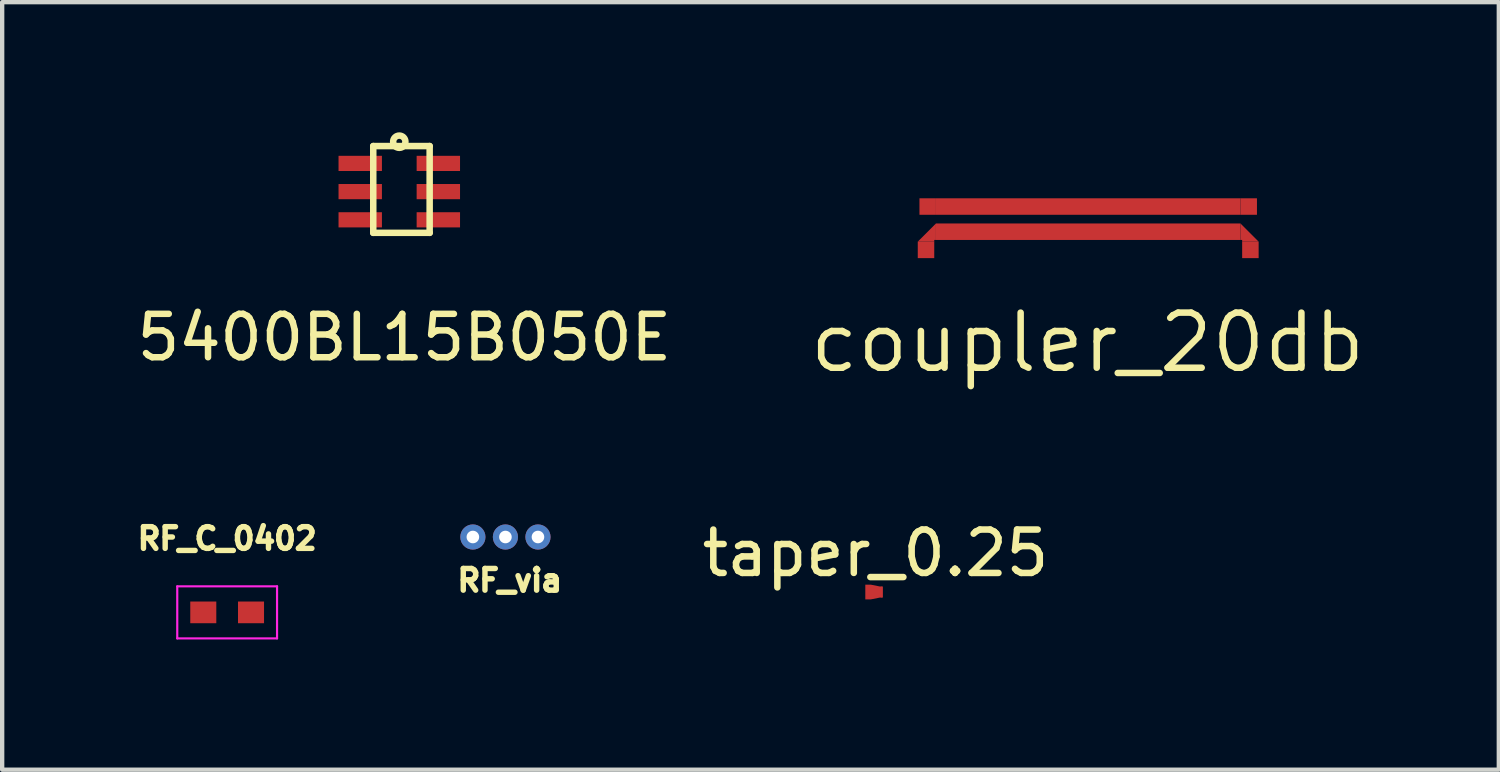
<source format=kicad_pcb>
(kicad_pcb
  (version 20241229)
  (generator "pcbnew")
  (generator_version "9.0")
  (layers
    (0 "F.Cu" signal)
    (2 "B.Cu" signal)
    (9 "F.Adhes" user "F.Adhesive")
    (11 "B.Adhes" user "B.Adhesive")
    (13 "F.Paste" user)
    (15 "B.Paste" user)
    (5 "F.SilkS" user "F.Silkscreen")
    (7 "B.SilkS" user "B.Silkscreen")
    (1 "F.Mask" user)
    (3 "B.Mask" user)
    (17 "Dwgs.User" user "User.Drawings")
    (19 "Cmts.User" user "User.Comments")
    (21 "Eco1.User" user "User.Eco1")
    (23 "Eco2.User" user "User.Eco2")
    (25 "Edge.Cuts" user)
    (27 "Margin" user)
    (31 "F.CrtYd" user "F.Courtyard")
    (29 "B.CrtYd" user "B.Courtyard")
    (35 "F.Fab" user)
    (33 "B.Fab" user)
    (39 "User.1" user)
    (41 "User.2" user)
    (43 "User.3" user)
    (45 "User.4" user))
  (footprint "5400BL15B050E"
    (layer "F.Cu")
    (at 6.268 1.478)
    (property "Reference" "5400BL15B050E" (at 0 3.25 0) (layer "F.SilkS") (effects (font (size 1 1) (thickness 0.15))))
    (attr through_hole)
    (fp_line (start -0.716 -1.162) (end 0.584 -1.162) (stroke (width 0.15) (type solid)) (layer "F.SilkS"))
    (fp_line (start -0.716 0.838) (end -0.716 -1.162) (stroke (width 0.15) (type solid)) (layer "F.SilkS"))
    (fp_line (start 0.584 -1.162) (end 0.584 0.838) (stroke (width 0.15) (type solid)) (layer "F.SilkS"))
    (fp_line (start 0.584 0.838) (end -0.716 0.838) (stroke (width 0.15) (type solid)) (layer "F.SilkS"))
    (fp_circle (center -0.116 -1.262) (end -0.016 -1.162) (stroke (width 0.15) (type solid)) (fill no) (layer "F.SilkS"))
    (pad "1" smd rect (at -1.016 -0.762 270) (size 0.35 1) (layers "F.Cu" "F.Mask" "F.Paste"))
    (pad "2" smd rect (at -1.016 -0.112 270) (size 0.35 1) (layers "F.Cu" "F.Mask" "F.Paste"))
    (pad "3" smd rect (at -1.016 0.538 270) (size 0.35 1) (layers "F.Cu" "F.Mask" "F.Paste"))
    (pad "4" smd rect (at 0.784 0.538 270) (size 0.35 1) (layers "F.Cu" "F.Mask" "F.Paste"))
    (pad "5" smd rect (at 0.784 -0.112 270) (size 0.35 1) (layers "F.Cu" "F.Mask" "F.Paste"))
    (pad "6" smd rect (at 0.784 -0.762 270) (size 0.35 1) (layers "F.Cu" "F.Mask" "F.Paste")))
  (footprint "coupler_20db"
    (layer "F.Cu")
    (at 22.029 2)
    (property "Reference" "coupler_20db" (at -0.015 2.845 0) (layer "F.SilkS") (effects (font (size 1.27 1.27) (thickness 0.15))))
    (attr exclude_from_pos_files exclude_from_bom)
    (fp_poly (pts (xy -3.509 -0.1) (xy -3.509 -0.48) (xy 3.509 -0.48) (xy 3.509 -0.1)) (stroke (width 0) (type solid)) (fill yes) (layer "F.Cu"))
    (fp_poly (pts (xy -3.509 0.48) (xy -3.509 0.1) (xy 3.509 0.1) (xy 3.509 0.48)) (stroke (width 0) (type solid)) (fill yes) (layer "F.Cu"))
    (fp_poly (pts (xy -3.928 0.519) (xy -3.548 0.519) (xy -3.548 0.48) (xy -3.509 0.48) (xy -3.509 0.1)) (stroke (width 0) (type solid)) (fill yes) (layer "F.Cu"))
    (fp_poly (pts (xy 3.509 0.1) (xy 3.509 0.48) (xy 3.548 0.48) (xy 3.548 0.519) (xy 3.928 0.519)) (stroke (width 0) (type solid)) (fill yes) (layer "F.Cu"))
    (pad "1" smd rect (at -3.699 -0.29) (size 0.38 0.38) (layers "F.Cu"))
    (pad "2" smd rect (at 3.699 -0.29) (size 0.38 0.38) (layers "F.Cu"))
    (pad "3" smd rect (at -3.738 0.709) (size 0.38 0.38) (layers "F.Cu"))
    (pad "4" smd rect (at 3.738 0.709) (size 0.38 0.38) (layers "F.Cu"))
    (zone (net_name "") (layer "F.Cu") (hatch edge 0.508) (connect_pads) (min_thickness 0.254) (filled_areas_thickness no) (keepout (tracks allowed) (vias allowed) (pads allowed) (copperpour not_allowed) (footprints allowed)) (placement (enabled no)) (fill) (polygon (pts (xy 26.929 3.9) (xy 17.029 3.9) (xy 17.029 0) (xy 26.929 0)))))
  (footprint "taper_0.25"
    (layer "F.Cu")
    (at 17.002 10.594)
    (property "Reference" "taper_0.25" (at 0.125 -0.895 0) (layer "F.SilkS") (effects (font (size 1 1) (thickness 0.15))))
    (attr exclude_from_pos_files exclude_from_bom)
    (pad "1" smd custom (at -0.01 0) (size 0.05 0.34) (layers "F.Cu") (options (anchor rect)) (primitives (gr_poly (pts (xy -0.1 -0.17) (xy 0.025 -0.17) (xy 0.25 -0.125) (xy 0.3 -0.125) (xy 0.3 0.125) (xy 0.25 0.125) (xy 0.025 0.17) (xy -0.1 0.17)) (width 0) (fill yes))))
    (pad "1" smd rect (at 0.25 0) (size 0.001 0.001) (layers "F.Cu"))
    (pad "2" smd rect (at 0.265 0) (size 0.05 0.25) (layers "F.Cu")))
  (footprint "RF_via"
    (layer "F.Cu")
    (at 8.598 9.326)
    (property "Reference" "RF_via" (at 0.1 1 0) (layer "F.SilkS") (effects (font (size 0.5 0.5) (thickness 0.125))))
    (attr through_hole)
    (fp_line (start -0.7 0) (end 0.7 0) (stroke (width 0.95) (type solid)) (layer "F.Mask"))
    (pad "1" thru_hole circle (at 0 0) (size 0.58 0.58) (drill 0.29) (layers "*.Cu" "F.Mask"))
    (pad "2" thru_hole circle (at -0.75 0) (size 0.58 0.58) (drill 0.29) (layers "*.Cu" "F.Mask"))
    (pad "2" thru_hole circle (at 0.75 0) (size 0.58 0.58) (drill 0.29) (layers "*.Cu" "F.Mask")))
  (footprint "RF_C_0402"
    (layer "F.Cu")
    (at 2.185 11.063)
    (property "Reference" "RF_C_0402" (at 0 -1.7 0) (layer "F.SilkS") (effects (font (size 0.5 0.5) (thickness 0.125))))
    (attr smd)
    (fp_line (start -1.15 -0.6) (end -1.15 0.6) (stroke (width 0.05) (type solid)) (layer "F.CrtYd"))
    (fp_line (start -1.15 -0.6) (end 1.15 -0.6) (stroke (width 0.05) (type solid)) (layer "F.CrtYd"))
    (fp_line (start -1.15 0.6) (end 1.15 0.6) (stroke (width 0.05) (type solid)) (layer "F.CrtYd"))
    (fp_line (start 1.15 -0.6) (end 1.15 0.6) (stroke (width 0.05) (type solid)) (layer "F.CrtYd"))
    (pad "1" smd rect (at -0.55 0) (size 0.6 0.5) (layers "F.Cu" "F.Mask" "F.Paste"))
    (pad "2" smd rect (at 0.55 0) (size 0.6 0.5) (layers "F.Cu" "F.Mask" "F.Paste")))
  (gr_rect
    (start -3 -3)
    (end 31.492 14.688)
    (stroke (width 0.1) (type default))
    (fill no)
    (layer "Edge.Cuts")))
</source>
